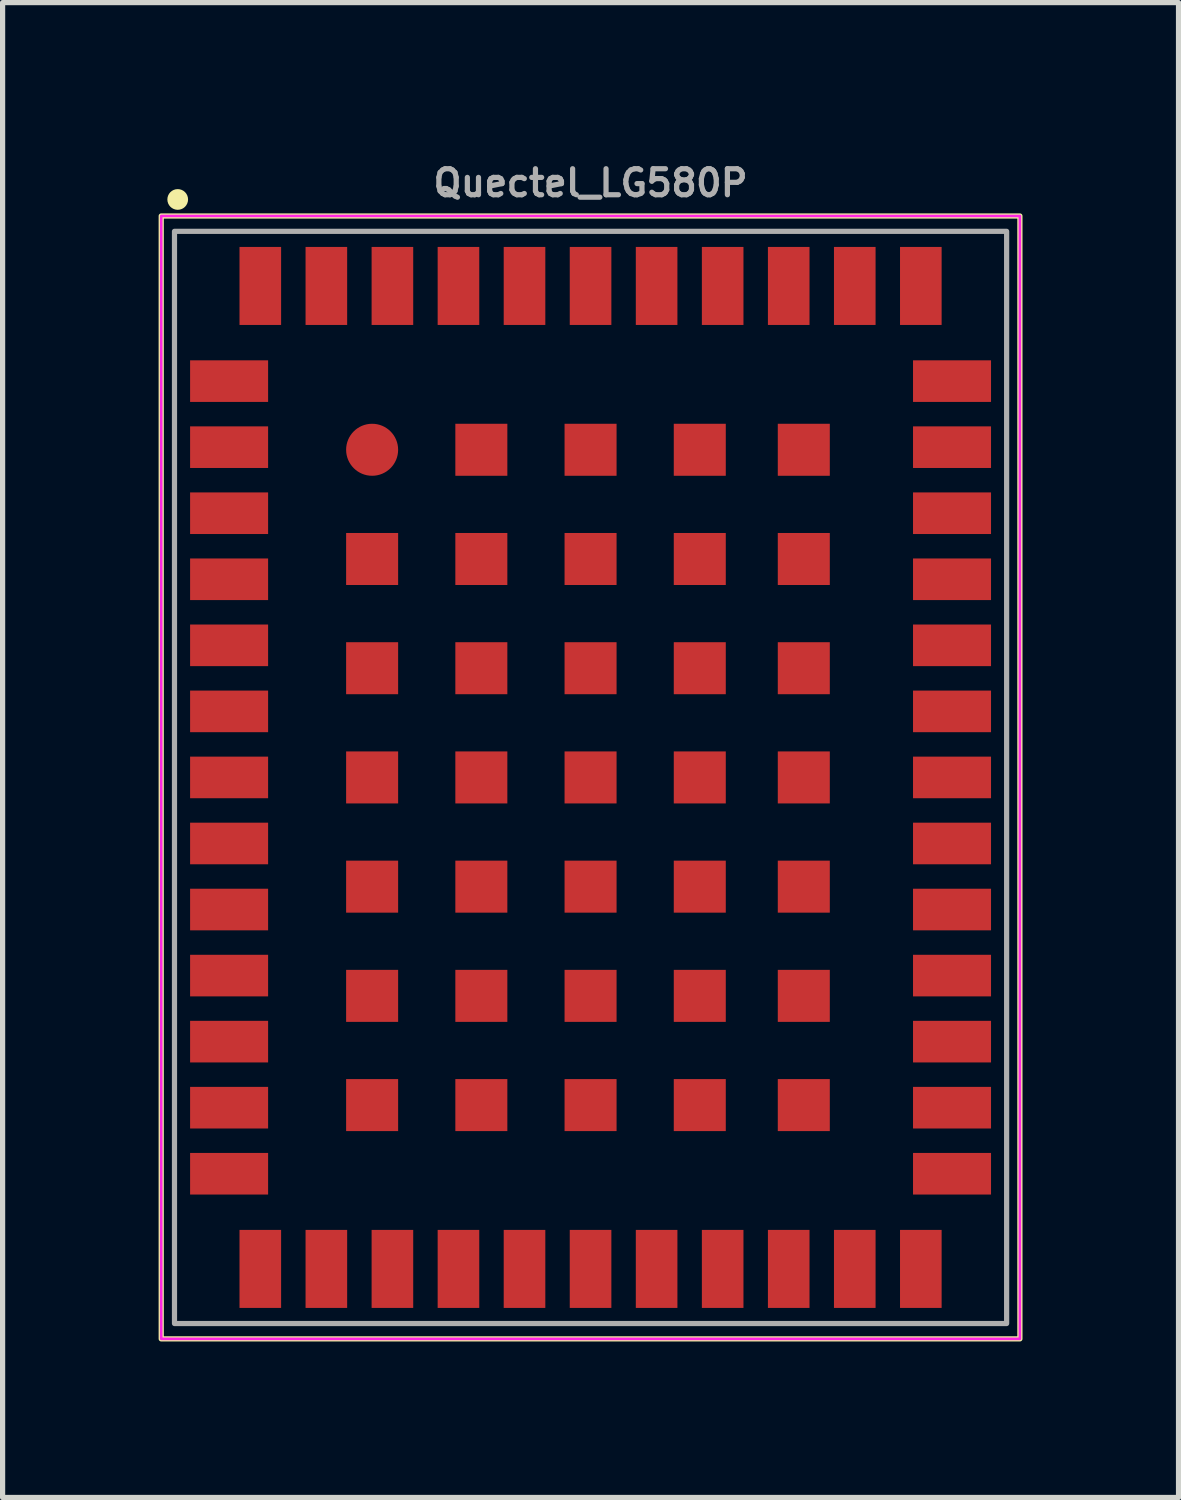
<source format=kicad_pcb>
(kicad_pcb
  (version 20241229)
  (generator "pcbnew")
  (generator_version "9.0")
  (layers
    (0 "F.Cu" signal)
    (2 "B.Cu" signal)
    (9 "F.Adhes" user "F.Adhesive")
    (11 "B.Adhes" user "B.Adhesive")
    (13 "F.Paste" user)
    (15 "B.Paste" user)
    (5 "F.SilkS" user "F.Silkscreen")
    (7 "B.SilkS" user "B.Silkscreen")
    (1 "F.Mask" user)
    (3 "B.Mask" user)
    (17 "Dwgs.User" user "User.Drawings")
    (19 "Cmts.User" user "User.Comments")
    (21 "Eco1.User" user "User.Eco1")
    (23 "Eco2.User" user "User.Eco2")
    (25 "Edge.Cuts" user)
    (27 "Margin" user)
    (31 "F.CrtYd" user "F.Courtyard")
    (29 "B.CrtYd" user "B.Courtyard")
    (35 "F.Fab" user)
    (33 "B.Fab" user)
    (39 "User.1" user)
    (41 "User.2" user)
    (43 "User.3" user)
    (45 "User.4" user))
  (footprint "Quectel_LG580P"
    (layer "F.Cu")
    (at 8.305 11.898)
    (property "Reference" "Quectel_LG580P" (at 0 -11.43 0) (layer "F.Fab") (effects (font (size 0.5 0.5) (thickness 0.1))))
    (attr smd)
    (fp_rect (start -8.255 -10.795) (end 8.255 10.795) (stroke (width 0.1) (type default)) (fill no) (layer "F.SilkS"))
    (fp_circle (center -7.938 -11.113) (end -8.037 -11.113) (stroke (width 0.2) (type solid)) (fill yes) (layer "F.SilkS"))
    (fp_rect (start -8.255 -10.795) (end 8.255 10.795) (stroke (width 0.05) (type default)) (fill no) (layer "F.CrtYd"))
    (fp_rect (start -8 -10.5) (end 8 10.5) (stroke (width 0.1) (type default)) (fill no) (layer "F.Fab"))
    (pad "1" smd rect (at -6.95 -7.62) (size 1.5 0.8) (layers "F.Cu" "F.Mask" "F.Paste"))
    (pad "2" smd rect (at -6.95 -6.35) (size 1.5 0.8) (layers "F.Cu" "F.Mask" "F.Paste"))
    (pad "3" smd rect (at -6.95 -5.08) (size 1.5 0.8) (layers "F.Cu" "F.Mask" "F.Paste"))
    (pad "4" smd rect (at -6.95 -3.81) (size 1.5 0.8) (layers "F.Cu" "F.Mask" "F.Paste"))
    (pad "5" smd rect (at -6.95 -2.54) (size 1.5 0.8) (layers "F.Cu" "F.Mask" "F.Paste"))
    (pad "6" smd rect (at -6.95 -1.27) (size 1.5 0.8) (layers "F.Cu" "F.Mask" "F.Paste"))
    (pad "7" smd rect (at -6.95 0) (size 1.5 0.8) (layers "F.Cu" "F.Mask" "F.Paste"))
    (pad "8" smd rect (at -6.95 1.27) (size 1.5 0.8) (layers "F.Cu" "F.Mask" "F.Paste"))
    (pad "9" smd rect (at -6.95 2.54) (size 1.5 0.8) (layers "F.Cu" "F.Mask" "F.Paste"))
    (pad "10" smd rect (at -6.95 3.81) (size 1.5 0.8) (layers "F.Cu" "F.Mask" "F.Paste"))
    (pad "11" smd rect (at -6.95 5.08) (size 1.5 0.8) (layers "F.Cu" "F.Mask" "F.Paste"))
    (pad "12" smd rect (at -6.95 6.35) (size 1.5 0.8) (layers "F.Cu" "F.Mask" "F.Paste"))
    (pad "13" smd rect (at -6.95 7.62) (size 1.5 0.8) (layers "F.Cu" "F.Mask" "F.Paste"))
    (pad "14" smd rect (at -6.35 9.45 90) (size 1.5 0.8) (layers "F.Cu" "F.Mask" "F.Paste"))
    (pad "15" smd rect (at -5.08 9.45 90) (size 1.5 0.8) (layers "F.Cu" "F.Mask" "F.Paste"))
    (pad "16" smd rect (at -3.81 9.45 90) (size 1.5 0.8) (layers "F.Cu" "F.Mask" "F.Paste"))
    (pad "17" smd rect (at -2.54 9.45 90) (size 1.5 0.8) (layers "F.Cu" "F.Mask" "F.Paste"))
    (pad "18" smd rect (at -1.27 9.45 90) (size 1.5 0.8) (layers "F.Cu" "F.Mask" "F.Paste"))
    (pad "19" smd rect (at 0 9.45 90) (size 1.5 0.8) (layers "F.Cu" "F.Mask" "F.Paste"))
    (pad "20" smd rect (at 1.27 9.45 90) (size 1.5 0.8) (layers "F.Cu" "F.Mask" "F.Paste"))
    (pad "21" smd rect (at 2.54 9.45 90) (size 1.5 0.8) (layers "F.Cu" "F.Mask" "F.Paste"))
    (pad "22" smd rect (at 3.81 9.45 90) (size 1.5 0.8) (layers "F.Cu" "F.Mask" "F.Paste"))
    (pad "23" smd rect (at 5.08 9.45 90) (size 1.5 0.8) (layers "F.Cu" "F.Mask" "F.Paste"))
    (pad "24" smd rect (at 6.35 9.45 90) (size 1.5 0.8) (layers "F.Cu" "F.Mask" "F.Paste"))
    (pad "25" smd rect (at 6.95 7.62) (size 1.5 0.8) (layers "F.Cu" "F.Mask" "F.Paste"))
    (pad "26" smd rect (at 6.95 6.35) (size 1.5 0.8) (layers "F.Cu" "F.Mask" "F.Paste"))
    (pad "27" smd rect (at 6.95 5.08) (size 1.5 0.8) (layers "F.Cu" "F.Mask" "F.Paste"))
    (pad "28" smd rect (at 6.95 3.81) (size 1.5 0.8) (layers "F.Cu" "F.Mask" "F.Paste"))
    (pad "29" smd rect (at 6.95 2.54) (size 1.5 0.8) (layers "F.Cu" "F.Mask" "F.Paste"))
    (pad "30" smd rect (at 6.95 1.27) (size 1.5 0.8) (layers "F.Cu" "F.Mask" "F.Paste"))
    (pad "31" smd rect (at 6.95 0) (size 1.5 0.8) (layers "F.Cu" "F.Mask" "F.Paste"))
    (pad "32" smd rect (at 6.95 -1.27) (size 1.5 0.8) (layers "F.Cu" "F.Mask" "F.Paste"))
    (pad "33" smd rect (at 6.95 -2.54) (size 1.5 0.8) (layers "F.Cu" "F.Mask" "F.Paste"))
    (pad "34" smd rect (at 6.95 -3.81) (size 1.5 0.8) (layers "F.Cu" "F.Mask" "F.Paste"))
    (pad "35" smd rect (at 6.95 -5.08) (size 1.5 0.8) (layers "F.Cu" "F.Mask" "F.Paste"))
    (pad "36" smd rect (at 6.95 -6.35) (size 1.5 0.8) (layers "F.Cu" "F.Mask" "F.Paste"))
    (pad "37" smd rect (at 6.95 -7.62) (size 1.5 0.8) (layers "F.Cu" "F.Mask" "F.Paste"))
    (pad "38" smd rect (at 6.35 -9.45 90) (size 1.5 0.8) (layers "F.Cu" "F.Mask" "F.Paste"))
    (pad "39" smd rect (at 5.08 -9.45 90) (size 1.5 0.8) (layers "F.Cu" "F.Mask" "F.Paste"))
    (pad "40" smd rect (at 3.81 -9.45 90) (size 1.5 0.8) (layers "F.Cu" "F.Mask" "F.Paste"))
    (pad "41" smd rect (at 2.54 -9.45 90) (size 1.5 0.8) (layers "F.Cu" "F.Mask" "F.Paste"))
    (pad "42" smd rect (at 1.27 -9.45 90) (size 1.5 0.8) (layers "F.Cu" "F.Mask" "F.Paste"))
    (pad "43" smd rect (at 0 -9.45 90) (size 1.5 0.8) (layers "F.Cu" "F.Mask" "F.Paste"))
    (pad "44" smd rect (at -1.27 -9.45 90) (size 1.5 0.8) (layers "F.Cu" "F.Mask" "F.Paste"))
    (pad "45" smd rect (at -2.54 -9.45 90) (size 1.5 0.8) (layers "F.Cu" "F.Mask" "F.Paste"))
    (pad "46" smd rect (at -3.81 -9.45 90) (size 1.5 0.8) (layers "F.Cu" "F.Mask" "F.Paste"))
    (pad "47" smd rect (at -5.08 -9.45 90) (size 1.5 0.8) (layers "F.Cu" "F.Mask" "F.Paste"))
    (pad "48" smd rect (at -6.35 -9.45 90) (size 1.5 0.8) (layers "F.Cu" "F.Mask" "F.Paste"))
    (pad "49" smd circle (at -4.2 -6.3) (size 1 1) (layers "F.Cu" "F.Mask" "F.Paste"))
    (pad "49" smd rect (at -4.2 -4.2 180) (size 1 1) (layers "F.Cu" "F.Mask" "F.Paste"))
    (pad "49" smd rect (at -4.2 -2.1 180) (size 1 1) (layers "F.Cu" "F.Mask" "F.Paste"))
    (pad "49" smd rect (at -4.2 0 180) (size 1 1) (layers "F.Cu" "F.Mask" "F.Paste"))
    (pad "49" smd rect (at -4.2 2.1 180) (size 1 1) (layers "F.Cu" "F.Mask" "F.Paste"))
    (pad "49" smd rect (at -4.2 4.2 180) (size 1 1) (layers "F.Cu" "F.Mask" "F.Paste"))
    (pad "49" smd rect (at -4.2 6.3 180) (size 1 1) (layers "F.Cu" "F.Mask" "F.Paste"))
    (pad "49" smd rect (at -2.1 -6.3 180) (size 1 1) (layers "F.Cu" "F.Mask" "F.Paste"))
    (pad "49" smd rect (at -2.1 -4.2 180) (size 1 1) (layers "F.Cu" "F.Mask" "F.Paste"))
    (pad "49" smd rect (at -2.1 -2.1 180) (size 1 1) (layers "F.Cu" "F.Mask" "F.Paste"))
    (pad "49" smd rect (at -2.1 0 180) (size 1 1) (layers "F.Cu" "F.Mask" "F.Paste"))
    (pad "49" smd rect (at -2.1 2.1 180) (size 1 1) (layers "F.Cu" "F.Mask" "F.Paste"))
    (pad "49" smd rect (at -2.1 4.2 180) (size 1 1) (layers "F.Cu" "F.Mask" "F.Paste"))
    (pad "49" smd rect (at -2.1 6.3 180) (size 1 1) (layers "F.Cu" "F.Mask" "F.Paste"))
    (pad "49" smd rect (at 0 -6.3 180) (size 1 1) (layers "F.Cu" "F.Mask" "F.Paste"))
    (pad "49" smd rect (at 0 -4.2 180) (size 1 1) (layers "F.Cu" "F.Mask" "F.Paste"))
    (pad "49" smd rect (at 0 -2.1 180) (size 1 1) (layers "F.Cu" "F.Mask" "F.Paste"))
    (pad "49" smd rect (at 0 0 180) (size 1 1) (layers "F.Cu" "F.Mask" "F.Paste"))
    (pad "49" smd rect (at 0 2.1 180) (size 1 1) (layers "F.Cu" "F.Mask" "F.Paste"))
    (pad "49" smd rect (at 0 4.2 180) (size 1 1) (layers "F.Cu" "F.Mask" "F.Paste"))
    (pad "49" smd rect (at 0 6.3 180) (size 1 1) (layers "F.Cu" "F.Mask" "F.Paste"))
    (pad "49" smd rect (at 2.1 -6.3 180) (size 1 1) (layers "F.Cu" "F.Mask" "F.Paste"))
    (pad "49" smd rect (at 2.1 -4.2 180) (size 1 1) (layers "F.Cu" "F.Mask" "F.Paste"))
    (pad "49" smd rect (at 2.1 -2.1 180) (size 1 1) (layers "F.Cu" "F.Mask" "F.Paste"))
    (pad "49" smd rect (at 2.1 0 180) (size 1 1) (layers "F.Cu" "F.Mask" "F.Paste"))
    (pad "49" smd rect (at 2.1 2.1 180) (size 1 1) (layers "F.Cu" "F.Mask" "F.Paste"))
    (pad "49" smd rect (at 2.1 4.2 180) (size 1 1) (layers "F.Cu" "F.Mask" "F.Paste"))
    (pad "49" smd rect (at 2.1 6.3 180) (size 1 1) (layers "F.Cu" "F.Mask" "F.Paste"))
    (pad "49" smd rect (at 4.1 -6.3 180) (size 1 1) (layers "F.Cu" "F.Mask" "F.Paste"))
    (pad "49" smd rect (at 4.1 -4.2 180) (size 1 1) (layers "F.Cu" "F.Mask" "F.Paste"))
    (pad "49" smd rect (at 4.1 -2.1 180) (size 1 1) (layers "F.Cu" "F.Mask" "F.Paste"))
    (pad "49" smd rect (at 4.1 0 180) (size 1 1) (layers "F.Cu" "F.Mask" "F.Paste"))
    (pad "49" smd rect (at 4.1 2.1 180) (size 1 1) (layers "F.Cu" "F.Mask" "F.Paste"))
    (pad "49" smd rect (at 4.1 4.2 180) (size 1 1) (layers "F.Cu" "F.Mask" "F.Paste"))
    (pad "49" smd rect (at 4.1 6.3 180) (size 1 1) (layers "F.Cu" "F.Mask" "F.Paste")))
  (gr_rect
    (start -3 -3)
    (end 19.61 25.743)
    (stroke (width 0.1) (type default))
    (fill no)
    (layer "Edge.Cuts")))
</source>
